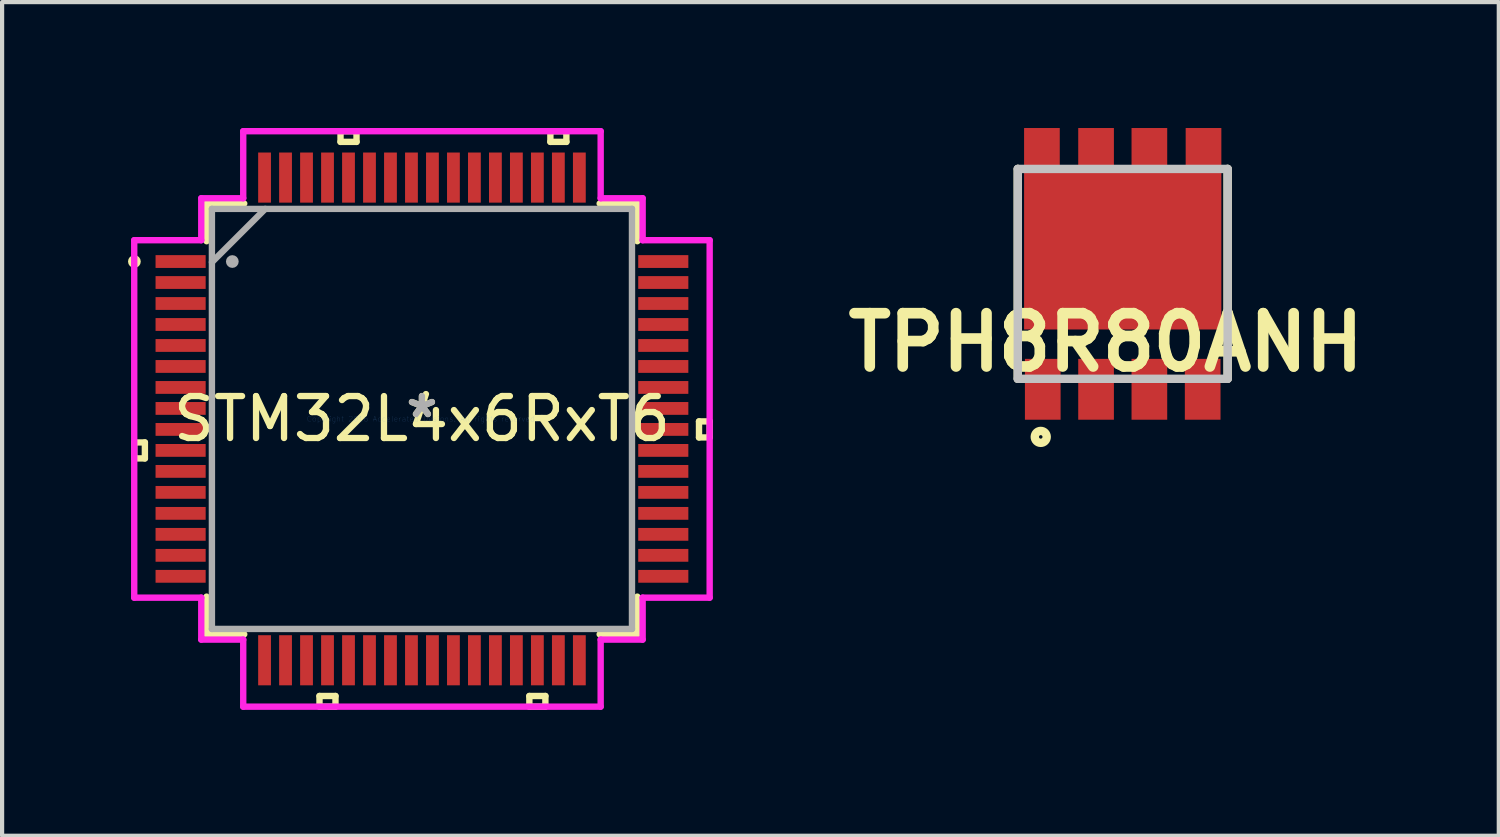
<source format=kicad_pcb>
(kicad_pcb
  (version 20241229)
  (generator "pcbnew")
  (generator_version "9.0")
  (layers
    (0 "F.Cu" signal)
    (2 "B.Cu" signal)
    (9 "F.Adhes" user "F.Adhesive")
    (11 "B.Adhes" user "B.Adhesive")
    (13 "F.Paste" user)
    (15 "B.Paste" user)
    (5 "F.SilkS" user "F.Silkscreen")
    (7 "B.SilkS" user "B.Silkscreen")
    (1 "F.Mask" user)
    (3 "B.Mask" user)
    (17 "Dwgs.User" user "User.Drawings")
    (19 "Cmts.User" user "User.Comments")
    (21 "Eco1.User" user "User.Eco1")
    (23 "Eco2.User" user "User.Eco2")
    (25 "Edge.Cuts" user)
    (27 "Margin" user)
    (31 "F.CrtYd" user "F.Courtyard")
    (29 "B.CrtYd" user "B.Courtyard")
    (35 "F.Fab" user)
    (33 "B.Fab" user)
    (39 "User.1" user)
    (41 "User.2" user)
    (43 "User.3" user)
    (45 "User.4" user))
  (footprint "TPH8R80ANH"
    (layer "F.Cu")
    (at 23.699 3.475)
    (property "Reference" "TPH8R80ANH" (at -0.403 1.632 0) (layer "F.SilkS") (effects (font (size 1.27 1.27) (thickness 0.254))))
    (attr smd)
    (fp_line (start -2.5 -2.5) (end -2.5 2.5) (stroke (width 0.2) (type solid)) (layer "F.SilkS"))
    (fp_line (start 2.5 2.5) (end 2.5 -2.5) (stroke (width 0.2) (type solid)) (layer "F.SilkS"))
    (fp_circle (center -1.953 3.884) (end -1.953 3.926) (stroke (width 0.2) (type solid)) (fill no) (layer "F.SilkS"))
    (fp_line (start -2.5 -2.5) (end 2.5 -2.5) (stroke (width 0.2) (type solid)) (layer "Dwgs.User"))
    (fp_line (start -2.5 2.5) (end -2.5 -2.5) (stroke (width 0.2) (type solid)) (layer "Dwgs.User"))
    (fp_line (start 2.5 -2.5) (end 2.5 2.5) (stroke (width 0.2) (type solid)) (layer "Dwgs.User"))
    (fp_line (start 2.5 2.5) (end -2.5 2.5) (stroke (width 0.2) (type solid)) (layer "Dwgs.User"))
    (pad "1" smd rect (at -1.905 2.75) (size 0.85 1.45) (layers "F.Cu" "F.Paste"))
    (pad "2" smd rect (at -0.635 2.75) (size 0.85 1.45) (layers "F.Cu" "F.Paste"))
    (pad "3" smd rect (at 0.635 2.75) (size 0.85 1.45) (layers "F.Cu" "F.Paste"))
    (pad "4" smd rect (at 1.905 2.75) (size 0.85 1.45) (layers "F.Cu" "F.Paste"))
    (pad "5" smd rect (at 1.925 -2.95) (size 0.85 1.05) (layers "F.Cu" "F.Paste"))
    (pad "6" smd rect (at 0.635 -2.95) (size 0.85 1.05) (layers "F.Cu" "F.Paste"))
    (pad "7" smd rect (at -0.635 -2.95) (size 0.85 1.05) (layers "F.Cu" "F.Paste"))
    (pad "8" smd rect (at -1.925 -2.95) (size 0.85 1.05) (layers "F.Cu" "F.Paste"))
    (pad "9" smd rect (at 0 -0.55 90) (size 3.75 4.7) (layers "F.Cu" "F.Paste")))
  (footprint "STM32L4x6RxT6"
    (layer "F.Cu")
    (at 7.003 6.931)
    (property "Reference" "STM32L4x6RxT6" (at 0 0 0) (layer "F.SilkS") (effects (font (size 1 1) (thickness 0.15))))
    (attr through_hole)
    (fp_line (start -6.855 0.56) (end -6.855 0.941) (stroke (width 0.152) (type solid)) (layer "F.SilkS"))
    (fp_line (start -6.855 0.941) (end -6.601 0.941) (stroke (width 0.152) (type solid)) (layer "F.SilkS"))
    (fp_line (start -6.601 0.56) (end -6.855 0.56) (stroke (width 0.152) (type solid)) (layer "F.SilkS"))
    (fp_line (start -6.601 0.941) (end -6.601 0.56) (stroke (width 0.152) (type solid)) (layer "F.SilkS"))
    (fp_line (start -5.131 -5.131) (end -5.131 -4.234) (stroke (width 0.152) (type solid)) (layer "F.SilkS"))
    (fp_line (start -5.131 4.234) (end -5.131 5.131) (stroke (width 0.152) (type solid)) (layer "F.SilkS"))
    (fp_line (start -5.131 5.131) (end -4.234 5.131) (stroke (width 0.152) (type solid)) (layer "F.SilkS"))
    (fp_line (start -4.234 -5.131) (end -5.131 -5.131) (stroke (width 0.152) (type solid)) (layer "F.SilkS"))
    (fp_line (start -2.441 6.601) (end -2.441 6.855) (stroke (width 0.152) (type solid)) (layer "F.SilkS"))
    (fp_line (start -2.441 6.855) (end -2.06 6.855) (stroke (width 0.152) (type solid)) (layer "F.SilkS"))
    (fp_line (start -2.06 6.601) (end -2.441 6.601) (stroke (width 0.152) (type solid)) (layer "F.SilkS"))
    (fp_line (start -2.06 6.855) (end -2.06 6.601) (stroke (width 0.152) (type solid)) (layer "F.SilkS"))
    (fp_line (start -1.94 -6.855) (end -1.559 -6.855) (stroke (width 0.152) (type solid)) (layer "F.SilkS"))
    (fp_line (start -1.94 -6.601) (end -1.94 -6.855) (stroke (width 0.152) (type solid)) (layer "F.SilkS"))
    (fp_line (start -1.559 -6.855) (end -1.559 -6.601) (stroke (width 0.152) (type solid)) (layer "F.SilkS"))
    (fp_line (start -1.559 -6.601) (end -1.94 -6.601) (stroke (width 0.152) (type solid)) (layer "F.SilkS"))
    (fp_line (start 2.559 6.601) (end 2.559 6.855) (stroke (width 0.152) (type solid)) (layer "F.SilkS"))
    (fp_line (start 2.559 6.855) (end 2.941 6.855) (stroke (width 0.152) (type solid)) (layer "F.SilkS"))
    (fp_line (start 2.941 6.601) (end 2.559 6.601) (stroke (width 0.152) (type solid)) (layer "F.SilkS"))
    (fp_line (start 2.941 6.855) (end 2.941 6.601) (stroke (width 0.152) (type solid)) (layer "F.SilkS"))
    (fp_line (start 3.06 -6.855) (end 3.441 -6.855) (stroke (width 0.152) (type solid)) (layer "F.SilkS"))
    (fp_line (start 3.06 -6.601) (end 3.06 -6.855) (stroke (width 0.152) (type solid)) (layer "F.SilkS"))
    (fp_line (start 3.441 -6.855) (end 3.441 -6.601) (stroke (width 0.152) (type solid)) (layer "F.SilkS"))
    (fp_line (start 3.441 -6.601) (end 3.06 -6.601) (stroke (width 0.152) (type solid)) (layer "F.SilkS"))
    (fp_line (start 4.234 5.131) (end 5.131 5.131) (stroke (width 0.152) (type solid)) (layer "F.SilkS"))
    (fp_line (start 5.131 -5.131) (end 4.234 -5.131) (stroke (width 0.152) (type solid)) (layer "F.SilkS"))
    (fp_line (start 5.131 -4.234) (end 5.131 -5.131) (stroke (width 0.152) (type solid)) (layer "F.SilkS"))
    (fp_line (start 5.131 5.131) (end 5.131 4.234) (stroke (width 0.152) (type solid)) (layer "F.SilkS"))
    (fp_line (start 6.601 0.059) (end 6.855 0.059) (stroke (width 0.152) (type solid)) (layer "F.SilkS"))
    (fp_line (start 6.601 0.441) (end 6.601 0.059) (stroke (width 0.152) (type solid)) (layer "F.SilkS"))
    (fp_line (start 6.855 0.059) (end 6.855 0.441) (stroke (width 0.152) (type solid)) (layer "F.SilkS"))
    (fp_line (start 6.855 0.441) (end 6.601 0.441) (stroke (width 0.152) (type solid)) (layer "F.SilkS"))
    (fp_circle (center -6.851 -3.75) (end -6.775 -3.75) (stroke (width 0.152) (type solid)) (fill no) (layer "F.SilkS"))
    (fp_line (start -6.855 -4.258) (end -5.258 -4.258) (stroke (width 0.152) (type solid)) (layer "F.CrtYd"))
    (fp_line (start -6.855 4.258) (end -6.855 -4.258) (stroke (width 0.152) (type solid)) (layer "F.CrtYd"))
    (fp_line (start -5.258 -5.258) (end -4.258 -5.258) (stroke (width 0.152) (type solid)) (layer "F.CrtYd"))
    (fp_line (start -5.258 -4.258) (end -5.258 -5.258) (stroke (width 0.152) (type solid)) (layer "F.CrtYd"))
    (fp_line (start -5.258 4.258) (end -6.855 4.258) (stroke (width 0.152) (type solid)) (layer "F.CrtYd"))
    (fp_line (start -5.258 5.258) (end -5.258 4.258) (stroke (width 0.152) (type solid)) (layer "F.CrtYd"))
    (fp_line (start -4.258 -6.855) (end 4.258 -6.855) (stroke (width 0.152) (type solid)) (layer "F.CrtYd"))
    (fp_line (start -4.258 -5.258) (end -4.258 -6.855) (stroke (width 0.152) (type solid)) (layer "F.CrtYd"))
    (fp_line (start -4.258 5.258) (end -5.258 5.258) (stroke (width 0.152) (type solid)) (layer "F.CrtYd"))
    (fp_line (start -4.258 6.855) (end -4.258 5.258) (stroke (width 0.152) (type solid)) (layer "F.CrtYd"))
    (fp_line (start 4.258 -6.855) (end 4.258 -5.258) (stroke (width 0.152) (type solid)) (layer "F.CrtYd"))
    (fp_line (start 4.258 -5.258) (end 5.258 -5.258) (stroke (width 0.152) (type solid)) (layer "F.CrtYd"))
    (fp_line (start 4.258 5.258) (end 4.258 6.855) (stroke (width 0.152) (type solid)) (layer "F.CrtYd"))
    (fp_line (start 4.258 6.855) (end -4.258 6.855) (stroke (width 0.152) (type solid)) (layer "F.CrtYd"))
    (fp_line (start 5.258 -5.258) (end 5.258 -4.258) (stroke (width 0.152) (type solid)) (layer "F.CrtYd"))
    (fp_line (start 5.258 -4.258) (end 6.855 -4.258) (stroke (width 0.152) (type solid)) (layer "F.CrtYd"))
    (fp_line (start 5.258 4.258) (end 5.258 5.258) (stroke (width 0.152) (type solid)) (layer "F.CrtYd"))
    (fp_line (start 5.258 5.258) (end 4.258 5.258) (stroke (width 0.152) (type solid)) (layer "F.CrtYd"))
    (fp_line (start 6.855 -4.258) (end 6.855 4.258) (stroke (width 0.152) (type solid)) (layer "F.CrtYd"))
    (fp_line (start 6.855 4.258) (end 5.258 4.258) (stroke (width 0.152) (type solid)) (layer "F.CrtYd"))
    (fp_line (start -5.004 -5.004) (end -5.004 5.004) (stroke (width 0.152) (type solid)) (layer "F.Fab"))
    (fp_line (start -5.004 -3.734) (end -3.734 -5.004) (stroke (width 0.152) (type solid)) (layer "F.Fab"))
    (fp_line (start -5.004 5.004) (end 5.004 5.004) (stroke (width 0.152) (type solid)) (layer "F.Fab"))
    (fp_line (start 5.004 -5.004) (end -5.004 -5.004) (stroke (width 0.152) (type solid)) (layer "F.Fab"))
    (fp_line (start 5.004 5.004) (end 5.004 -5.004) (stroke (width 0.152) (type solid)) (layer "F.Fab"))
    (fp_circle (center -4.518 -3.75) (end -4.442 -3.75) (stroke (width 0.152) (type solid)) (fill no) (layer "F.Fab"))
    (fp_text user "*" (at 0 0 0) (layer "F.SilkS") (effects (font (size 1 1) (thickness 0.15))))
    (fp_text user "Copyright 2016 Accelerated Designs. All rights reserved." (at 0 0 0) (layer "Cmts.User") (effects (font (size 0.127 0.127) (thickness 0.002))))
    (fp_text user "*" (at 0 0 0) (layer "F.Fab") (effects (font (size 1 1) (thickness 0.15))))
    (pad "1" smd rect (at -5.75 -3.75) (size 1.194 0.305) (layers "F.Cu" "F.Mask" "F.Paste"))
    (pad "2" smd rect (at -5.75 -3.25) (size 1.194 0.305) (layers "F.Cu" "F.Mask" "F.Paste"))
    (pad "3" smd rect (at -5.75 -2.75) (size 1.194 0.305) (layers "F.Cu" "F.Mask" "F.Paste"))
    (pad "4" smd rect (at -5.75 -2.25) (size 1.194 0.305) (layers "F.Cu" "F.Mask" "F.Paste"))
    (pad "5" smd rect (at -5.75 -1.75) (size 1.194 0.305) (layers "F.Cu" "F.Mask" "F.Paste"))
    (pad "6" smd rect (at -5.75 -1.25) (size 1.194 0.305) (layers "F.Cu" "F.Mask" "F.Paste"))
    (pad "7" smd rect (at -5.75 -0.75) (size 1.194 0.305) (layers "F.Cu" "F.Mask" "F.Paste"))
    (pad "8" smd rect (at -5.75 -0.25) (size 1.194 0.305) (layers "F.Cu" "F.Mask" "F.Paste"))
    (pad "9" smd rect (at -5.75 0.25) (size 1.194 0.305) (layers "F.Cu" "F.Mask" "F.Paste"))
    (pad "10" smd rect (at -5.75 0.75) (size 1.194 0.305) (layers "F.Cu" "F.Mask" "F.Paste"))
    (pad "11" smd rect (at -5.75 1.25) (size 1.194 0.305) (layers "F.Cu" "F.Mask" "F.Paste"))
    (pad "12" smd rect (at -5.75 1.75) (size 1.194 0.305) (layers "F.Cu" "F.Mask" "F.Paste"))
    (pad "13" smd rect (at -5.75 2.25) (size 1.194 0.305) (layers "F.Cu" "F.Mask" "F.Paste"))
    (pad "14" smd rect (at -5.75 2.75) (size 1.194 0.305) (layers "F.Cu" "F.Mask" "F.Paste"))
    (pad "15" smd rect (at -5.75 3.25) (size 1.194 0.305) (layers "F.Cu" "F.Mask" "F.Paste"))
    (pad "16" smd rect (at -5.75 3.75) (size 1.194 0.305) (layers "F.Cu" "F.Mask" "F.Paste"))
    (pad "17" smd rect (at -3.75 5.75 90) (size 1.194 0.305) (layers "F.Cu" "F.Mask" "F.Paste"))
    (pad "18" smd rect (at -3.25 5.75 90) (size 1.194 0.305) (layers "F.Cu" "F.Mask" "F.Paste"))
    (pad "19" smd rect (at -2.75 5.75 90) (size 1.194 0.305) (layers "F.Cu" "F.Mask" "F.Paste"))
    (pad "20" smd rect (at -2.25 5.75 90) (size 1.194 0.305) (layers "F.Cu" "F.Mask" "F.Paste"))
    (pad "21" smd rect (at -1.75 5.75 90) (size 1.194 0.305) (layers "F.Cu" "F.Mask" "F.Paste"))
    (pad "22" smd rect (at -1.25 5.75 90) (size 1.194 0.305) (layers "F.Cu" "F.Mask" "F.Paste"))
    (pad "23" smd rect (at -0.75 5.75 90) (size 1.194 0.305) (layers "F.Cu" "F.Mask" "F.Paste"))
    (pad "24" smd rect (at -0.25 5.75 90) (size 1.194 0.305) (layers "F.Cu" "F.Mask" "F.Paste"))
    (pad "25" smd rect (at 0.25 5.75 90) (size 1.194 0.305) (layers "F.Cu" "F.Mask" "F.Paste"))
    (pad "26" smd rect (at 0.75 5.75 90) (size 1.194 0.305) (layers "F.Cu" "F.Mask" "F.Paste"))
    (pad "27" smd rect (at 1.25 5.75 90) (size 1.194 0.305) (layers "F.Cu" "F.Mask" "F.Paste"))
    (pad "28" smd rect (at 1.75 5.75 90) (size 1.194 0.305) (layers "F.Cu" "F.Mask" "F.Paste"))
    (pad "29" smd rect (at 2.25 5.75 90) (size 1.194 0.305) (layers "F.Cu" "F.Mask" "F.Paste"))
    (pad "30" smd rect (at 2.75 5.75 90) (size 1.194 0.305) (layers "F.Cu" "F.Mask" "F.Paste"))
    (pad "31" smd rect (at 3.25 5.75 90) (size 1.194 0.305) (layers "F.Cu" "F.Mask" "F.Paste"))
    (pad "32" smd rect (at 3.75 5.75 90) (size 1.194 0.305) (layers "F.Cu" "F.Mask" "F.Paste"))
    (pad "33" smd rect (at 5.75 3.75) (size 1.194 0.305) (layers "F.Cu" "F.Mask" "F.Paste"))
    (pad "34" smd rect (at 5.75 3.25) (size 1.194 0.305) (layers "F.Cu" "F.Mask" "F.Paste"))
    (pad "35" smd rect (at 5.75 2.75) (size 1.194 0.305) (layers "F.Cu" "F.Mask" "F.Paste"))
    (pad "36" smd rect (at 5.75 2.25) (size 1.194 0.305) (layers "F.Cu" "F.Mask" "F.Paste"))
    (pad "37" smd rect (at 5.75 1.75) (size 1.194 0.305) (layers "F.Cu" "F.Mask" "F.Paste"))
    (pad "38" smd rect (at 5.75 1.25) (size 1.194 0.305) (layers "F.Cu" "F.Mask" "F.Paste"))
    (pad "39" smd rect (at 5.75 0.75) (size 1.194 0.305) (layers "F.Cu" "F.Mask" "F.Paste"))
    (pad "40" smd rect (at 5.75 0.25) (size 1.194 0.305) (layers "F.Cu" "F.Mask" "F.Paste"))
    (pad "41" smd rect (at 5.75 -0.25) (size 1.194 0.305) (layers "F.Cu" "F.Mask" "F.Paste"))
    (pad "42" smd rect (at 5.75 -0.75) (size 1.194 0.305) (layers "F.Cu" "F.Mask" "F.Paste"))
    (pad "43" smd rect (at 5.75 -1.25) (size 1.194 0.305) (layers "F.Cu" "F.Mask" "F.Paste"))
    (pad "44" smd rect (at 5.75 -1.75) (size 1.194 0.305) (layers "F.Cu" "F.Mask" "F.Paste"))
    (pad "45" smd rect (at 5.75 -2.25) (size 1.194 0.305) (layers "F.Cu" "F.Mask" "F.Paste"))
    (pad "46" smd rect (at 5.75 -2.75) (size 1.194 0.305) (layers "F.Cu" "F.Mask" "F.Paste"))
    (pad "47" smd rect (at 5.75 -3.25) (size 1.194 0.305) (layers "F.Cu" "F.Mask" "F.Paste"))
    (pad "48" smd rect (at 5.75 -3.75) (size 1.194 0.305) (layers "F.Cu" "F.Mask" "F.Paste"))
    (pad "49" smd rect (at 3.75 -5.75 90) (size 1.194 0.305) (layers "F.Cu" "F.Mask" "F.Paste"))
    (pad "50" smd rect (at 3.25 -5.75 90) (size 1.194 0.305) (layers "F.Cu" "F.Mask" "F.Paste"))
    (pad "51" smd rect (at 2.75 -5.75 90) (size 1.194 0.305) (layers "F.Cu" "F.Mask" "F.Paste"))
    (pad "52" smd rect (at 2.25 -5.75 90) (size 1.194 0.305) (layers "F.Cu" "F.Mask" "F.Paste"))
    (pad "53" smd rect (at 1.75 -5.75 90) (size 1.194 0.305) (layers "F.Cu" "F.Mask" "F.Paste"))
    (pad "54" smd rect (at 1.25 -5.75 90) (size 1.194 0.305) (layers "F.Cu" "F.Mask" "F.Paste"))
    (pad "55" smd rect (at 0.75 -5.75 90) (size 1.194 0.305) (layers "F.Cu" "F.Mask" "F.Paste"))
    (pad "56" smd rect (at 0.25 -5.75 90) (size 1.194 0.305) (layers "F.Cu" "F.Mask" "F.Paste"))
    (pad "57" smd rect (at -0.25 -5.75 90) (size 1.194 0.305) (layers "F.Cu" "F.Mask" "F.Paste"))
    (pad "58" smd rect (at -0.75 -5.75 90) (size 1.194 0.305) (layers "F.Cu" "F.Mask" "F.Paste"))
    (pad "59" smd rect (at -1.25 -5.75 90) (size 1.194 0.305) (layers "F.Cu" "F.Mask" "F.Paste"))
    (pad "60" smd rect (at -1.75 -5.75 90) (size 1.194 0.305) (layers "F.Cu" "F.Mask" "F.Paste"))
    (pad "61" smd rect (at -2.25 -5.75 90) (size 1.194 0.305) (layers "F.Cu" "F.Mask" "F.Paste"))
    (pad "62" smd rect (at -2.75 -5.75 90) (size 1.194 0.305) (layers "F.Cu" "F.Mask" "F.Paste"))
    (pad "63" smd rect (at -3.25 -5.75 90) (size 1.194 0.305) (layers "F.Cu" "F.Mask" "F.Paste"))
    (pad "64" smd rect (at -3.75 -5.75 90) (size 1.194 0.305) (layers "F.Cu" "F.Mask" "F.Paste")))
  (gr_rect
    (start -3 -3)
    (end 32.659 16.862)
    (stroke (width 0.1) (type default))
    (fill no)
    (layer "Edge.Cuts")))
</source>
